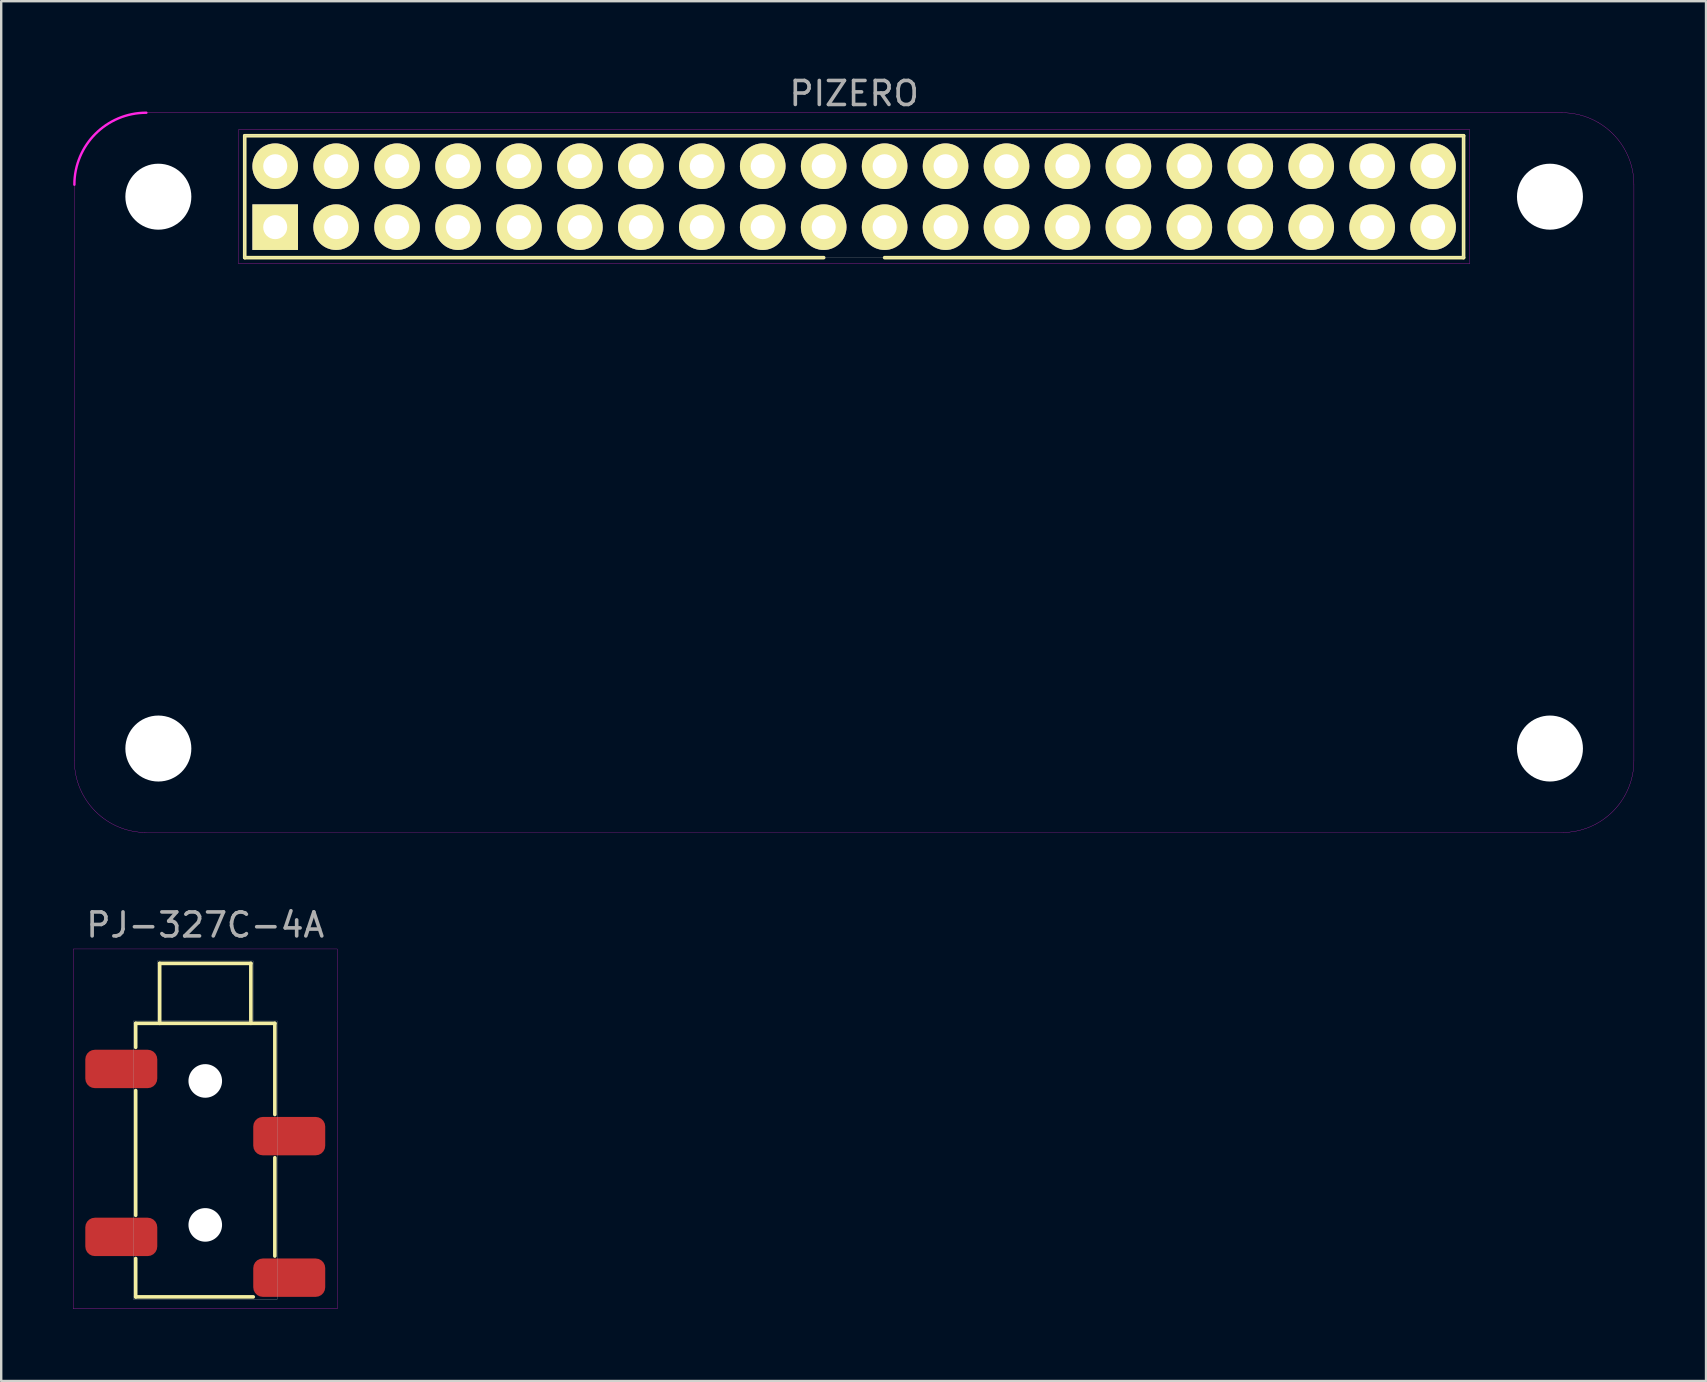
<source format=kicad_pcb>
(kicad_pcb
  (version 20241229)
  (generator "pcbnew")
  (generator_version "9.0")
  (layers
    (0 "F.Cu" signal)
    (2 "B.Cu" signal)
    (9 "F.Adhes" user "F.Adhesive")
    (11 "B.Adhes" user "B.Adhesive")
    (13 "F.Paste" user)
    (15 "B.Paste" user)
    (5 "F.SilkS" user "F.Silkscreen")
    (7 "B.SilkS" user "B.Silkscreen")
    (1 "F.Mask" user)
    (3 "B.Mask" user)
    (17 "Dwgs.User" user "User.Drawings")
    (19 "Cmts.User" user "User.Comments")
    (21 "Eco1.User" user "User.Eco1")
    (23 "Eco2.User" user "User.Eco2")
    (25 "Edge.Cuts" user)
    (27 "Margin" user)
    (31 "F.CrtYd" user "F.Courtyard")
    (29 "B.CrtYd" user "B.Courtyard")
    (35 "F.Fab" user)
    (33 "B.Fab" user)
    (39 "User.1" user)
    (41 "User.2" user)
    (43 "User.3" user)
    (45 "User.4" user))
  (footprint "PIZERO"
    (layer "F.Cu")
    (at 32.55 17.048)
    (property "Reference" "PIZERO" (at 0 -16.2 0) (layer "F.Fab") (effects (font (size 1 1) (thickness 0.15))))
    (attr through_hole)
    (fp_line (start -25.4 -14.44) (end 25.4 -14.44) (stroke (width 0.15) (type solid)) (layer "F.SilkS"))
    (fp_line (start -25.4 -9.36) (end -25.4 -14.44) (stroke (width 0.15) (type solid)) (layer "F.SilkS"))
    (fp_line (start -1.27 -9.36) (end -25.4 -9.36) (stroke (width 0.15) (type solid)) (layer "F.SilkS"))
    (fp_line (start 25.4 -14.44) (end 25.4 -9.36) (stroke (width 0.15) (type solid)) (layer "F.SilkS"))
    (fp_line (start 25.4 -9.36) (end 1.27 -9.36) (stroke (width 0.15) (type solid)) (layer "F.SilkS"))
    (fp_line (start -32.5 -12.4) (end -32.5 11.6) (stroke (width 0.01) (type solid)) (layer "F.CrtYd"))
    (fp_line (start -29.5 14.6) (end 29.5 14.6) (stroke (width 0.01) (type solid)) (layer "F.CrtYd"))
    (fp_line (start -25.65 -14.7) (end 25.65 -14.7) (stroke (width 0.01) (type solid)) (layer "F.CrtYd"))
    (fp_line (start -25.65 -9.1) (end -25.65 -14.7) (stroke (width 0.01) (type solid)) (layer "F.CrtYd"))
    (fp_line (start 25.65 -14.7) (end 25.65 -9.1) (stroke (width 0.01) (type solid)) (layer "F.CrtYd"))
    (fp_line (start 25.65 -9.1) (end -25.65 -9.1) (stroke (width 0.01) (type solid)) (layer "F.CrtYd"))
    (fp_line (start 29.5 -15.4) (end -29.5 -15.4) (stroke (width 0.01) (type solid)) (layer "F.CrtYd"))
    (fp_line (start 32.5 11.6) (end 32.5 -12.4) (stroke (width 0.01) (type solid)) (layer "F.CrtYd"))
    (fp_arc (start -32.5 -12.4) (mid -31.62132 -14.52132) (end -29.5 -15.4) (stroke (width 0.1) (type solid)) (layer "F.CrtYd"))
    (fp_arc (start -29.5 14.6) (mid -31.62132 13.72132) (end -32.5 11.6) (stroke (width 0.01) (type solid)) (layer "F.CrtYd"))
    (fp_arc (start 29.5 -15.4) (mid 31.62132 -14.52132) (end 32.5 -12.4) (stroke (width 0.01) (type solid)) (layer "F.CrtYd"))
    (fp_arc (start 32.5 11.6) (mid 31.62132 13.72132) (end 29.5 14.6) (stroke (width 0.01) (type solid)) (layer "F.CrtYd"))
    (fp_line (start -25.4 -14.44) (end 25.4 -14.44) (stroke (width 0.01) (type solid)) (layer "F.Fab"))
    (fp_line (start -25.4 -9.36) (end -25.4 -14.44) (stroke (width 0.01) (type solid)) (layer "F.Fab"))
    (fp_line (start 25.4 -14.44) (end 25.4 -9.36) (stroke (width 0.01) (type solid)) (layer "F.Fab"))
    (fp_line (start 25.4 -9.36) (end -25.4 -9.36) (stroke (width 0.01) (type solid)) (layer "F.Fab"))
    (pad "" np_thru_hole circle (at -29 -11.9) (size 2.75 2.75) (drill 2.75) (layers "*.Cu" "*.Mask"))
    (pad "" np_thru_hole circle (at -29 11.1) (size 2.75 2.75) (drill 2.75) (layers "*.Cu" "*.Mask"))
    (pad "" np_thru_hole circle (at 29 -11.9) (size 2.75 2.75) (drill 2.75) (layers "*.Cu" "*.Mask"))
    (pad "" np_thru_hole circle (at 29 11.1) (size 2.75 2.75) (drill 2.75) (layers "*.Cu" "*.Mask"))
    (pad "1" thru_hole rect (at -24.13 -10.63) (size 1.9 1.9) (drill 1) (layers "*.Cu" "*.Mask" "F.SilkS"))
    (pad "2" thru_hole circle (at -24.13 -13.17) (size 1.9 1.9) (drill 1) (layers "*.Cu" "*.Mask" "F.SilkS"))
    (pad "3" thru_hole circle (at -21.59 -10.63) (size 1.9 1.9) (drill 1) (layers "*.Cu" "*.Mask" "F.SilkS"))
    (pad "4" thru_hole circle (at -21.59 -13.17) (size 1.9 1.9) (drill 1) (layers "*.Cu" "*.Mask" "F.SilkS"))
    (pad "5" thru_hole circle (at -19.05 -10.63) (size 1.9 1.9) (drill 1) (layers "*.Cu" "*.Mask" "F.SilkS"))
    (pad "6" thru_hole circle (at -19.05 -13.17) (size 1.9 1.9) (drill 1) (layers "*.Cu" "*.Mask" "F.SilkS"))
    (pad "7" thru_hole circle (at -16.51 -10.63) (size 1.9 1.9) (drill 1) (layers "*.Cu" "*.Mask" "F.SilkS"))
    (pad "8" thru_hole circle (at -16.51 -13.17) (size 1.9 1.9) (drill 1) (layers "*.Cu" "*.Mask" "F.SilkS"))
    (pad "9" thru_hole circle (at -13.97 -10.63) (size 1.9 1.9) (drill 1) (layers "*.Cu" "*.Mask" "F.SilkS"))
    (pad "10" thru_hole circle (at -13.97 -13.17) (size 1.9 1.9) (drill 1) (layers "*.Cu" "*.Mask" "F.SilkS"))
    (pad "11" thru_hole circle (at -11.43 -10.63) (size 1.9 1.9) (drill 1) (layers "*.Cu" "*.Mask" "F.SilkS"))
    (pad "12" thru_hole circle (at -11.43 -13.17) (size 1.9 1.9) (drill 1) (layers "*.Cu" "*.Mask" "F.SilkS"))
    (pad "13" thru_hole circle (at -8.89 -10.63) (size 1.9 1.9) (drill 1) (layers "*.Cu" "*.Mask" "F.SilkS"))
    (pad "14" thru_hole circle (at -8.89 -13.17) (size 1.9 1.9) (drill 1) (layers "*.Cu" "*.Mask" "F.SilkS"))
    (pad "15" thru_hole circle (at -6.35 -10.63) (size 1.9 1.9) (drill 1) (layers "*.Cu" "*.Mask" "F.SilkS"))
    (pad "16" thru_hole circle (at -6.35 -13.17) (size 1.9 1.9) (drill 1) (layers "*.Cu" "*.Mask" "F.SilkS"))
    (pad "17" thru_hole circle (at -3.81 -10.63) (size 1.9 1.9) (drill 1) (layers "*.Cu" "*.Mask" "F.SilkS"))
    (pad "18" thru_hole circle (at -3.81 -13.17) (size 1.9 1.9) (drill 1) (layers "*.Cu" "*.Mask" "F.SilkS"))
    (pad "19" thru_hole circle (at -1.27 -10.63) (size 1.9 1.9) (drill 1) (layers "*.Cu" "*.Mask" "F.SilkS"))
    (pad "20" thru_hole circle (at -1.27 -13.17) (size 1.9 1.9) (drill 1) (layers "*.Cu" "*.Mask" "F.SilkS"))
    (pad "21" thru_hole circle (at 1.27 -10.63) (size 1.9 1.9) (drill 1) (layers "*.Cu" "*.Mask" "F.SilkS"))
    (pad "22" thru_hole circle (at 1.27 -13.17) (size 1.9 1.9) (drill 1) (layers "*.Cu" "*.Mask" "F.SilkS"))
    (pad "23" thru_hole circle (at 3.81 -10.63) (size 1.9 1.9) (drill 1) (layers "*.Cu" "*.Mask" "F.SilkS"))
    (pad "24" thru_hole circle (at 3.81 -13.17) (size 1.9 1.9) (drill 1) (layers "*.Cu" "*.Mask" "F.SilkS"))
    (pad "25" thru_hole circle (at 6.35 -10.63) (size 1.9 1.9) (drill 1) (layers "*.Cu" "*.Mask" "F.SilkS"))
    (pad "26" thru_hole circle (at 6.35 -13.17) (size 1.9 1.9) (drill 1) (layers "*.Cu" "*.Mask" "F.SilkS"))
    (pad "27" thru_hole circle (at 8.89 -10.63) (size 1.9 1.9) (drill 1) (layers "*.Cu" "*.Mask" "F.SilkS"))
    (pad "28" thru_hole circle (at 8.89 -13.17) (size 1.9 1.9) (drill 1) (layers "*.Cu" "*.Mask" "F.SilkS"))
    (pad "29" thru_hole circle (at 11.43 -10.63) (size 1.9 1.9) (drill 1) (layers "*.Cu" "*.Mask" "F.SilkS"))
    (pad "30" thru_hole circle (at 11.43 -13.17) (size 1.9 1.9) (drill 1) (layers "*.Cu" "*.Mask" "F.SilkS"))
    (pad "31" thru_hole circle (at 13.97 -10.63) (size 1.9 1.9) (drill 1) (layers "*.Cu" "*.Mask" "F.SilkS"))
    (pad "32" thru_hole circle (at 13.97 -13.17) (size 1.9 1.9) (drill 1) (layers "*.Cu" "*.Mask" "F.SilkS"))
    (pad "33" thru_hole circle (at 16.51 -10.63) (size 1.9 1.9) (drill 1) (layers "*.Cu" "*.Mask" "F.SilkS"))
    (pad "34" thru_hole circle (at 16.51 -13.17) (size 1.9 1.9) (drill 1) (layers "*.Cu" "*.Mask" "F.SilkS"))
    (pad "35" thru_hole circle (at 19.05 -10.63) (size 1.9 1.9) (drill 1) (layers "*.Cu" "*.Mask" "F.SilkS"))
    (pad "36" thru_hole circle (at 19.05 -13.17) (size 1.9 1.9) (drill 1) (layers "*.Cu" "*.Mask" "F.SilkS"))
    (pad "37" thru_hole circle (at 21.59 -10.63) (size 1.9 1.9) (drill 1) (layers "*.Cu" "*.Mask" "F.SilkS"))
    (pad "38" thru_hole circle (at 21.59 -13.17) (size 1.9 1.9) (drill 1) (layers "*.Cu" "*.Mask" "F.SilkS"))
    (pad "39" thru_hole circle (at 24.13 -10.63) (size 1.9 1.9) (drill 1) (layers "*.Cu" "*.Mask" "F.SilkS"))
    (pad "40" thru_hole circle (at 24.13 -13.17) (size 1.9 1.9) (drill 1) (layers "*.Cu" "*.Mask" "F.SilkS")))
  (footprint "PJ-327C-4A"
    (layer "F.Cu")
    (at 5.505 45.827)
    (property "Reference" "PJ-327C-4A" (at 0 -10.325 0) (unlocked yes) (layer "F.Fab") (effects (font (size 1 1) (thickness 0.15))))
    (attr smd)
    (fp_line (start -2.9 -6.225) (end 2.9 -6.225) (stroke (width 0.15) (type default)) (layer "F.SilkS"))
    (fp_line (start -2.9 -5.225) (end -2.9 -6.225) (stroke (width 0.15) (type default)) (layer "F.SilkS"))
    (fp_line (start -2.9 1.775) (end -2.9 -3.425) (stroke (width 0.15) (type default)) (layer "F.SilkS"))
    (fp_line (start -2.9 5.175) (end -2.9 3.575) (stroke (width 0.15) (type default)) (layer "F.SilkS"))
    (fp_line (start -2.9 5.175) (end 2 5.175) (stroke (width 0.15) (type default)) (layer "F.SilkS"))
    (fp_line (start -1.9 -8.725) (end 1.9 -8.725) (stroke (width 0.15) (type default)) (layer "F.SilkS"))
    (fp_line (start -1.9 -6.225) (end -1.9 -8.725) (stroke (width 0.15) (type default)) (layer "F.SilkS"))
    (fp_line (start 1.9 -8.725) (end 1.9 -6.225) (stroke (width 0.15) (type default)) (layer "F.SilkS"))
    (fp_line (start 2.9 -6.225) (end 2.9 -2.425) (stroke (width 0.15) (type default)) (layer "F.SilkS"))
    (fp_line (start 2.9 -0.625) (end 2.9 3.475) (stroke (width 0.15) (type default)) (layer "F.SilkS"))
    (fp_rect (start -5.5 -9.325) (end 5.5 5.675) (stroke (width 0.01) (type default)) (fill no) (layer "F.CrtYd"))
    (fp_rect (start -3 -6.325) (end 3 5.275) (stroke (width 0.01) (type default)) (fill no) (layer "F.Fab"))
    (fp_rect (start -2 -6.325) (end 2 -8.825) (stroke (width 0.01) (type default)) (fill no) (layer "F.Fab"))
    (pad "" np_thru_hole circle (at 0 -3.825) (size 1.4 1.4) (drill 1.4) (layers "*.Cu" "*.Mask"))
    (pad "" np_thru_hole circle (at 0 2.175) (size 1.4 1.4) (drill 1.4) (layers "*.Cu" "*.Mask"))
    (pad "NC" smd roundrect (at 3.5 4.375) (size 3 1.6) (layers "F.Cu" "F.Mask" "F.Paste") (roundrect_rratio 0.25))
    (pad "R" smd roundrect (at 3.5 -1.525) (size 3 1.6) (layers "F.Cu" "F.Mask" "F.Paste") (roundrect_rratio 0.25))
    (pad "S" smd roundrect (at -3.5 -4.325) (size 3 1.6) (layers "F.Cu" "F.Mask" "F.Paste") (roundrect_rratio 0.25))
    (pad "T" smd roundrect (at -3.5 2.675) (size 3 1.6) (layers "F.Cu" "F.Mask" "F.Paste") (roundrect_rratio 0.25)))
  (gr_rect
    (start -3 -3)
    (end 68.055 54.507)
    (stroke (width 0.1) (type default))
    (fill no)
    (layer "Edge.Cuts")))
</source>
